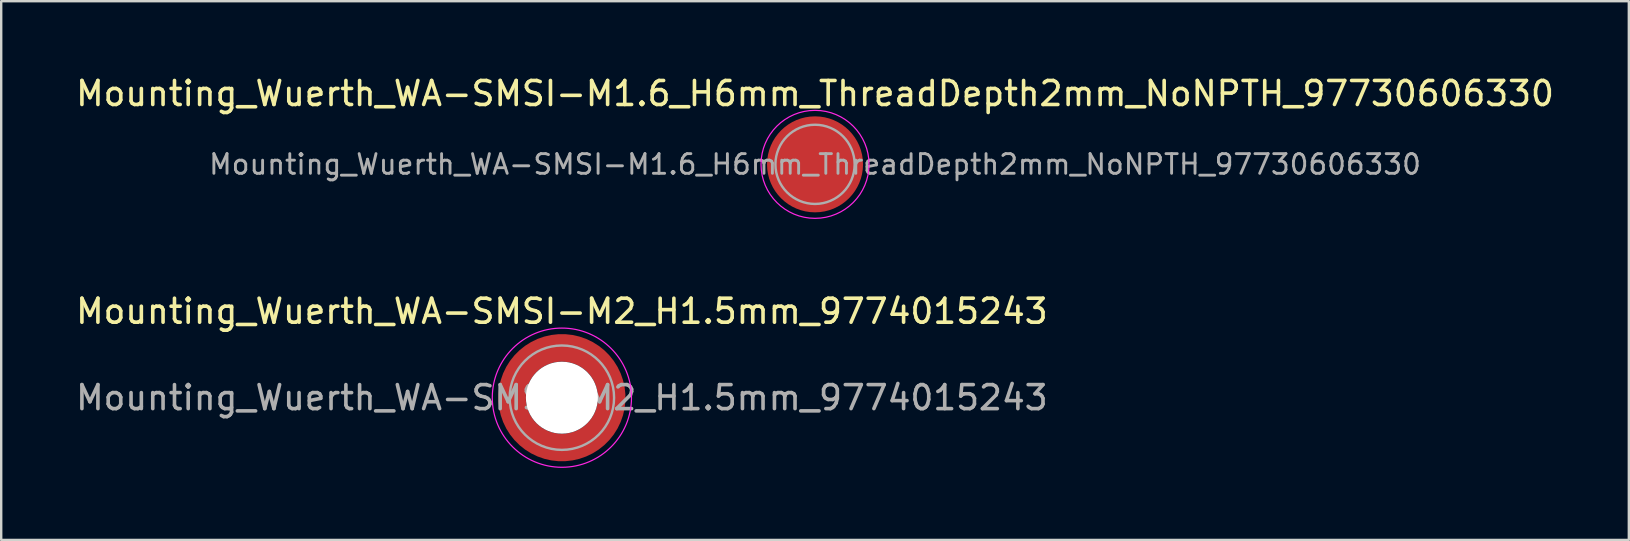
<source format=kicad_pcb>
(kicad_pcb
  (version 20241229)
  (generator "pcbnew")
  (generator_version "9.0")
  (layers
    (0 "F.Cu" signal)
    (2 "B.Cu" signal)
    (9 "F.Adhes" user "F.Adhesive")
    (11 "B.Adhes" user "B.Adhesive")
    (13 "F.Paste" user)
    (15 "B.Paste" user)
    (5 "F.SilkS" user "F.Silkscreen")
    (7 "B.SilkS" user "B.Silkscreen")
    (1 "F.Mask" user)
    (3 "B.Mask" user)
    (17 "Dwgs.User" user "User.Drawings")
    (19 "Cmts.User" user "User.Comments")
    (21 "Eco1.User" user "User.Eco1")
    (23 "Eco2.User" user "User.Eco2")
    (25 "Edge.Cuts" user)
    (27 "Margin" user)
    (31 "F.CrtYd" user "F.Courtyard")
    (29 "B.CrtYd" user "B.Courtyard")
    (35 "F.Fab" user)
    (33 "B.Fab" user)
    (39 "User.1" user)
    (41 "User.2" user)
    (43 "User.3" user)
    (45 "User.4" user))
  (footprint "Mounting_Wuerth_WA-SMSI-M2_H1.5mm_9774015243"
    (layer "F.Cu")
    (at 20.363 13.521)
    (property "Reference" "Mounting_Wuerth_WA-SMSI-M2_H1.5mm_9774015243" (at 0 -3.6 0) (layer "F.SilkS") (effects (font (size 1 1) (thickness 0.15))))
    (attr smd)
    (fp_circle (center 0 0) (end 2.9 0) (stroke (width 0.05) (type solid)) (fill no) (layer "F.CrtYd"))
    (fp_circle (center 0 0) (end 2.175 0) (stroke (width 0.1) (type solid)) (fill no) (layer "F.Fab"))
    (fp_text user "${REFERENCE}" (at 0 0 0) (layer "F.Fab") (effects (font (size 1 1) (thickness 0.15))))
    (pad "" smd custom (at -1.453 -1.453) (size 0.61 0.61) (layers "F.Paste") (options (anchor circle)) (primitives (gr_arc (start -0.147677 1.053104) (mid 0.285964 0.286792) (end 1.051968 -0.147393) (width 0.2)) (gr_arc (start -0.240295 1.053104) (mid 0.22253 0.222946) (end 1.052531 -0.24016) (width 0.2)) (gr_arc (start -0.332645 1.053104) (mid 0.158548 0.15965) (end 1.051583 -0.332304) (width 0.2)) (gr_arc (start -0.424767 1.053104) (mid 0.09486 0.096059) (end 1.051446 -0.424413) (width 0.2)) (gr_arc (start -0.516693 1.053104) (mid 0.031293 0.032346) (end 1.051645 -0.516396) (width 0.2)) (gr_arc (start -0.608448 1.053104) (mid -0.032323 -0.031316) (end 1.051707 -0.608176) (width 0.2)) (gr_arc (start -0.700056 1.053104) (mid -0.09616 -0.094758) (end 1.051155 -0.699693) (width 0.2)) (gr_arc (start -0.791534 1.053104) (mid -0.160388 -0.15781) (end 1.049515 -0.790891) (width 0.2)) (gr_arc (start -0.882896 1.053104) (mid -0.223713 -0.221764) (end 1.050388 -0.882429) (width 0.2)) (gr_arc (start -0.974157 1.053104) (mid -0.287654 -0.2851) (end 1.049541 -0.973566) (width 0.2)) (gr_line (start 1.053 -0.148) (end 1.053 -0.974) (width 0.2)) (gr_line (start -0.148 1.053) (end -0.974 1.053) (width 0.2))))
    (pad "" smd custom (at -1.453 1.453) (size 0.61 0.61) (layers "F.Paste") (options (anchor circle)) (primitives (gr_arc (start 1.053104 0.147677) (mid 0.286792 -0.285964) (end -0.147393 -1.051968) (width 0.2)) (gr_arc (start 1.053104 0.240295) (mid 0.222946 -0.22253) (end -0.24016 -1.052531) (width 0.2)) (gr_arc (start 1.053104 0.332645) (mid 0.15965 -0.158548) (end -0.332304 -1.051583) (width 0.2)) (gr_arc (start 1.053104 0.424767) (mid 0.096059 -0.09486) (end -0.424413 -1.051446) (width 0.2)) (gr_arc (start 1.053104 0.516693) (mid 0.032346 -0.031293) (end -0.516396 -1.051645) (width 0.2)) (gr_arc (start 1.053104 0.608448) (mid -0.031316 0.032323) (end -0.608176 -1.051707) (width 0.2)) (gr_arc (start 1.053104 0.700056) (mid -0.094758 0.09616) (end -0.699693 -1.051155) (width 0.2)) (gr_arc (start 1.053104 0.791534) (mid -0.15781 0.160388) (end -0.790891 -1.049515) (width 0.2)) (gr_arc (start 1.053104 0.882896) (mid -0.221765 0.223713) (end -0.882429 -1.050388) (width 0.2)) (gr_arc (start 1.053104 0.974157) (mid -0.2851 0.287654) (end -0.973566 -1.049541) (width 0.2)) (gr_line (start -0.148 -1.053) (end -0.974 -1.053) (width 0.2)) (gr_line (start 1.053 0.148) (end 1.053 0.974) (width 0.2))))
    (pad "" np_thru_hole circle (at 0 0) (size 3 3) (drill 3) (layers "*.Cu" "*.Mask"))
    (pad "" smd custom (at 1.453 -1.453) (size 0.61 0.61) (layers "F.Paste") (options (anchor circle)) (primitives (gr_arc (start -1.053104 -0.147677) (mid -0.286792 0.285964) (end 0.147393 1.051968) (width 0.2)) (gr_arc (start -1.053104 -0.240295) (mid -0.222946 0.22253) (end 0.24016 1.052531) (width 0.2)) (gr_arc (start -1.053104 -0.332645) (mid -0.15965 0.158548) (end 0.332304 1.051583) (width 0.2)) (gr_arc (start -1.053104 -0.424767) (mid -0.096059 0.09486) (end 0.424413 1.051446) (width 0.2)) (gr_arc (start -1.053104 -0.516693) (mid -0.032346 0.031293) (end 0.516396 1.051645) (width 0.2)) (gr_arc (start -1.053104 -0.608448) (mid 0.031316 -0.032323) (end 0.608176 1.051707) (width 0.2)) (gr_arc (start -1.053104 -0.700056) (mid 0.094758 -0.09616) (end 0.699693 1.051155) (width 0.2)) (gr_arc (start -1.053104 -0.791534) (mid 0.15781 -0.160388) (end 0.790891 1.049515) (width 0.2)) (gr_arc (start -1.053104 -0.882896) (mid 0.221764 -0.223713) (end 0.882429 1.050388) (width 0.2)) (gr_arc (start -1.053104 -0.974157) (mid 0.2851 -0.287654) (end 0.973566 1.049541) (width 0.2)) (gr_line (start 0.148 1.053) (end 0.974 1.053) (width 0.2)) (gr_line (start -1.053 -0.148) (end -1.053 -0.974) (width 0.2))))
    (pad "" smd custom (at 1.453 1.453) (size 0.61 0.61) (layers "F.Paste") (options (anchor circle)) (primitives (gr_arc (start 0.147677 -1.053104) (mid -0.285964 -0.286792) (end -1.051968 0.147393) (width 0.2)) (gr_arc (start 0.240295 -1.053104) (mid -0.22253 -0.222946) (end -1.052531 0.24016) (width 0.2)) (gr_arc (start 0.332645 -1.053104) (mid -0.158548 -0.15965) (end -1.051583 0.332304) (width 0.2)) (gr_arc (start 0.424767 -1.053104) (mid -0.09486 -0.096059) (end -1.051446 0.424413) (width 0.2)) (gr_arc (start 0.516693 -1.053104) (mid -0.031293 -0.032346) (end -1.051645 0.516396) (width 0.2)) (gr_arc (start 0.608448 -1.053104) (mid 0.032323 0.031316) (end -1.051707 0.608176) (width 0.2)) (gr_arc (start 0.700056 -1.053104) (mid 0.09616 0.094758) (end -1.051155 0.699693) (width 0.2)) (gr_arc (start 0.791534 -1.053104) (mid 0.160388 0.15781) (end -1.049515 0.790891) (width 0.2)) (gr_arc (start 0.882896 -1.053104) (mid 0.223713 0.221764) (end -1.050388 0.882429) (width 0.2)) (gr_arc (start 0.974157 -1.053104) (mid 0.287654 0.2851) (end -1.049541 0.973566) (width 0.2)) (gr_line (start -1.053 0.148) (end -1.053 0.974) (width 0.2)) (gr_line (start 0.148 -1.053) (end 0.974 -1.053) (width 0.2))))
    (pad "1" smd circle (at -2.075 0) (size 0.75 0.75) (layers "F.Cu"))
    (pad "1" smd circle (at 0 -2.075) (size 0.75 0.75) (layers "F.Cu"))
    (pad "1" smd circle (at 0 2.075) (size 0.75 0.75) (layers "F.Cu"))
    (pad "1" smd custom (at 2.075 0) (size 0.75 0.75) (layers "F.Cu" "F.Mask") (options (anchor circle)) (primitives (gr_circle (center -2.075 0) (end 0 0) (width 1.15) (fill no)))))
  (footprint "Mounting_Wuerth_WA-SMSI-M1.6_H6mm_ThreadDepth2mm_NoNPTH_97730606330"
    (layer "F.Cu")
    (at 30.911 3.798)
    (property "Reference" "Mounting_Wuerth_WA-SMSI-M1.6_H6mm_ThreadDepth2mm_NoNPTH_97730606330" (at 0 -2.95 0) (layer "F.SilkS") (effects (font (size 1 1) (thickness 0.15))))
    (attr smd)
    (fp_circle (center 0 0) (end 2.25 0) (stroke (width 0.05) (type solid)) (fill no) (layer "F.CrtYd"))
    (fp_circle (center 0 0) (end 1.65 0) (stroke (width 0.1) (type solid)) (fill no) (layer "F.Fab"))
    (fp_text user "${REFERENCE}" (at 0 0 0) (layer "F.Fab") (effects (font (size 0.82 0.82) (thickness 0.12))))
    (pad "" smd custom (at -0.778 -0.778) (size 1.2 1.2) (layers "F.Paste") (options (anchor circle)) (primitives (gr_arc (start 0.465568 0.527817) (mid 0.494892 0.495068) (end 0.527634 0.465735) (width 0.2)) (gr_arc (start 0.344805 0.527817) (mid 0.424264 0.424263) (end 0.527818 0.344805) (width 0.2)) (gr_arc (start 0.232382 0.527817) (mid 0.353364 0.353743) (end 0.527329 0.232606) (width 0.2)) (gr_arc (start 0.123983 0.527817) (mid 0.282626 0.28306) (end 0.527243 0.124203) (width 0.2)) (gr_arc (start 0.017883 0.527817) (mid 0.211737 0.212528) (end 0.526755 0.018233) (width 0.2)) (gr_arc (start -0.086763 0.527817) (mid 0.141173 0.14167) (end 0.527142 -0.086568) (width 0.2)) (gr_arc (start -0.190428 0.527817) (mid 0.070433 0.070988) (end 0.527057 -0.190232) (width 0.2)) (gr_arc (start -0.293397 0.527817) (mid -0.000182 0.000182) (end 0.527315 -0.29328) (width 0.2)) (gr_arc (start -0.395852 0.527817) (mid -0.071085 -0.070336) (end 0.526781 -0.395631) (width 0.2)) (gr_arc (start -0.497918 0.527817) (mid -0.141622 -0.141221) (end 0.52726 -0.497809) (width 0.2)) (gr_arc (start -0.59968 0.527817) (mid -0.212364 -0.2119) (end 0.527171 -0.599563) (width 0.2)) (gr_arc (start -0.701202 0.527817) (mid -0.282952 -0.282732) (end 0.527511 -0.701149) (width 0.2)) (gr_arc (start -0.802531 0.527817) (mid -0.353765 -0.353343) (end 0.527227 -0.802438) (width 0.2)) (gr_arc (start -0.9037 0.527817) (mid -0.425176 -0.423352) (end 0.525265 -0.903319) (width 0.2)) (gr_arc (start -1.004737 0.527817) (mid -0.49534 -0.49461) (end 0.526794 -1.004593) (width 0.2)) (gr_line (start 0.528 0.466) (end 0.528 -1.005) (width 0.2)) (gr_line (start 0.466 0.528) (end -1.005 0.528) (width 0.2))))
    (pad "" smd custom (at -0.778 0.778) (size 1.2 1.2) (layers "F.Paste") (options (anchor circle)) (primitives (gr_arc (start 0.527817 -0.465568) (mid 0.495068 -0.494892) (end 0.465735 -0.527634) (width 0.2)) (gr_arc (start 0.527817 -0.344805) (mid 0.424263 -0.424264) (end 0.344805 -0.527818) (width 0.2)) (gr_arc (start 0.527817 -0.232382) (mid 0.353743 -0.353364) (end 0.232606 -0.527329) (width 0.2)) (gr_arc (start 0.527817 -0.123983) (mid 0.28306 -0.282626) (end 0.124203 -0.527243) (width 0.2)) (gr_arc (start 0.527817 -0.017883) (mid 0.212528 -0.211737) (end 0.018233 -0.526755) (width 0.2)) (gr_arc (start 0.527817 0.086763) (mid 0.14167 -0.141173) (end -0.086568 -0.527142) (width 0.2)) (gr_arc (start 0.527817 0.190428) (mid 0.070988 -0.070433) (end -0.190232 -0.527057) (width 0.2)) (gr_arc (start 0.527817 0.293397) (mid 0.000182 0.000182) (end -0.29328 -0.527315) (width 0.2)) (gr_arc (start 0.527817 0.395852) (mid -0.070336 0.071085) (end -0.395631 -0.526781) (width 0.2)) (gr_arc (start 0.527817 0.497918) (mid -0.141221 0.141622) (end -0.497809 -0.52726) (width 0.2)) (gr_arc (start 0.527817 0.59968) (mid -0.2119 0.212364) (end -0.599563 -0.527171) (width 0.2)) (gr_arc (start 0.527817 0.701202) (mid -0.282732 0.282952) (end -0.701149 -0.527511) (width 0.2)) (gr_arc (start 0.527817 0.802531) (mid -0.353343 0.353765) (end -0.802438 -0.527227) (width 0.2)) (gr_arc (start 0.527817 0.9037) (mid -0.423352 0.425176) (end -0.903319 -0.525265) (width 0.2)) (gr_arc (start 0.527817 1.004737) (mid -0.49461 0.49534) (end -1.004593 -0.526794) (width 0.2)) (gr_line (start 0.466 -0.528) (end -1.005 -0.528) (width 0.2)) (gr_line (start 0.528 -0.466) (end 0.528 1.005) (width 0.2))))
    (pad "" smd custom (at 0.778 -0.778) (size 1.2 1.2) (layers "F.Paste") (options (anchor circle)) (primitives (gr_arc (start -0.527817 0.465568) (mid -0.495062 0.494887) (end -0.465723 0.527624) (width 0.2)) (gr_arc (start -0.527817 0.344805) (mid -0.424264 0.424264) (end -0.344805 0.527818) (width 0.2)) (gr_arc (start -0.527817 0.232382) (mid -0.353743 0.353364) (end -0.232606 0.527329) (width 0.2)) (gr_arc (start -0.527817 0.123983) (mid -0.28306 0.282626) (end -0.124203 0.527243) (width 0.2)) (gr_arc (start -0.527817 0.017883) (mid -0.212527 0.211737) (end -0.018233 0.526755) (width 0.2)) (gr_arc (start -0.527817 -0.086763) (mid -0.14167 0.141173) (end 0.086568 0.527142) (width 0.2)) (gr_arc (start -0.527817 -0.190428) (mid -0.070988 0.070433) (end 0.190232 0.527057) (width 0.2)) (gr_arc (start -0.527817 -0.293397) (mid -0.000182 -0.000182) (end 0.29328 0.527315) (width 0.2)) (gr_arc (start -0.527817 -0.395852) (mid 0.070336 -0.071085) (end 0.395631 0.526781) (width 0.2)) (gr_arc (start -0.527817 -0.497918) (mid 0.141221 -0.141622) (end 0.497809 0.52726) (width 0.2)) (gr_arc (start -0.527817 -0.59968) (mid 0.2119 -0.212364) (end 0.599563 0.527171) (width 0.2)) (gr_arc (start -0.527817 -0.701202) (mid 0.282732 -0.282952) (end 0.701149 0.527511) (width 0.2)) (gr_arc (start -0.527817 -0.802531) (mid 0.353343 -0.353765) (end 0.802438 0.527227) (width 0.2)) (gr_arc (start -0.527817 -0.9037) (mid 0.423352 -0.425176) (end 0.903319 0.525265) (width 0.2)) (gr_arc (start -0.527817 -1.004737) (mid 0.49461 -0.49534) (end 1.004593 0.526794) (width 0.2)) (gr_line (start -0.466 0.528) (end 1.005 0.528) (width 0.2)) (gr_line (start -0.528 0.466) (end -0.528 -1.005) (width 0.2))))
    (pad "" smd custom (at 0.778 0.778) (size 1.2 1.2) (layers "F.Paste") (options (anchor circle)) (primitives (gr_arc (start -0.465568 -0.527817) (mid -0.494887 -0.495062) (end -0.527624 -0.465723) (width 0.2)) (gr_arc (start -0.344805 -0.527817) (mid -0.424264 -0.424264) (end -0.527818 -0.344805) (width 0.2)) (gr_arc (start -0.232382 -0.527817) (mid -0.353364 -0.353743) (end -0.527329 -0.232606) (width 0.2)) (gr_arc (start -0.123983 -0.527817) (mid -0.282626 -0.28306) (end -0.527243 -0.124203) (width 0.2)) (gr_arc (start -0.017883 -0.527817) (mid -0.211737 -0.212527) (end -0.526755 -0.018233) (width 0.2)) (gr_arc (start 0.086763 -0.527817) (mid -0.141173 -0.14167) (end -0.527142 0.086568) (width 0.2)) (gr_arc (start 0.190428 -0.527817) (mid -0.070433 -0.070988) (end -0.527057 0.190232) (width 0.2)) (gr_arc (start 0.293397 -0.527817) (mid 0.000182 -0.000182) (end -0.527315 0.29328) (width 0.2)) (gr_arc (start 0.395852 -0.527817) (mid 0.071085 0.070336) (end -0.526781 0.395631) (width 0.2)) (gr_arc (start 0.497918 -0.527817) (mid 0.141622 0.141221) (end -0.52726 0.497809) (width 0.2)) (gr_arc (start 0.59968 -0.527817) (mid 0.212364 0.2119) (end -0.527171 0.599563) (width 0.2)) (gr_arc (start 0.701202 -0.527817) (mid 0.282952 0.282732) (end -0.527511 0.701149) (width 0.2)) (gr_arc (start 0.802531 -0.527817) (mid 0.353765 0.353343) (end -0.527227 0.802438) (width 0.2)) (gr_arc (start 0.9037 -0.527817) (mid 0.425176 0.423352) (end -0.525265 0.903319) (width 0.2)) (gr_arc (start 1.004737 -0.527817) (mid 0.49534 0.49461) (end -0.526794 1.004593) (width 0.2)) (gr_line (start -0.528 -0.466) (end -0.528 1.005) (width 0.2)) (gr_line (start -0.466 -0.528) (end 1.005 -0.528) (width 0.2))))
    (pad "1" smd circle (at 0 0) (size 4 4) (layers "F.Cu" "F.Mask")))
  (gr_rect
    (start -3 -3)
    (end 64.821 19.447)
    (stroke (width 0.1) (type default))
    (fill no)
    (layer "Edge.Cuts")))
</source>
